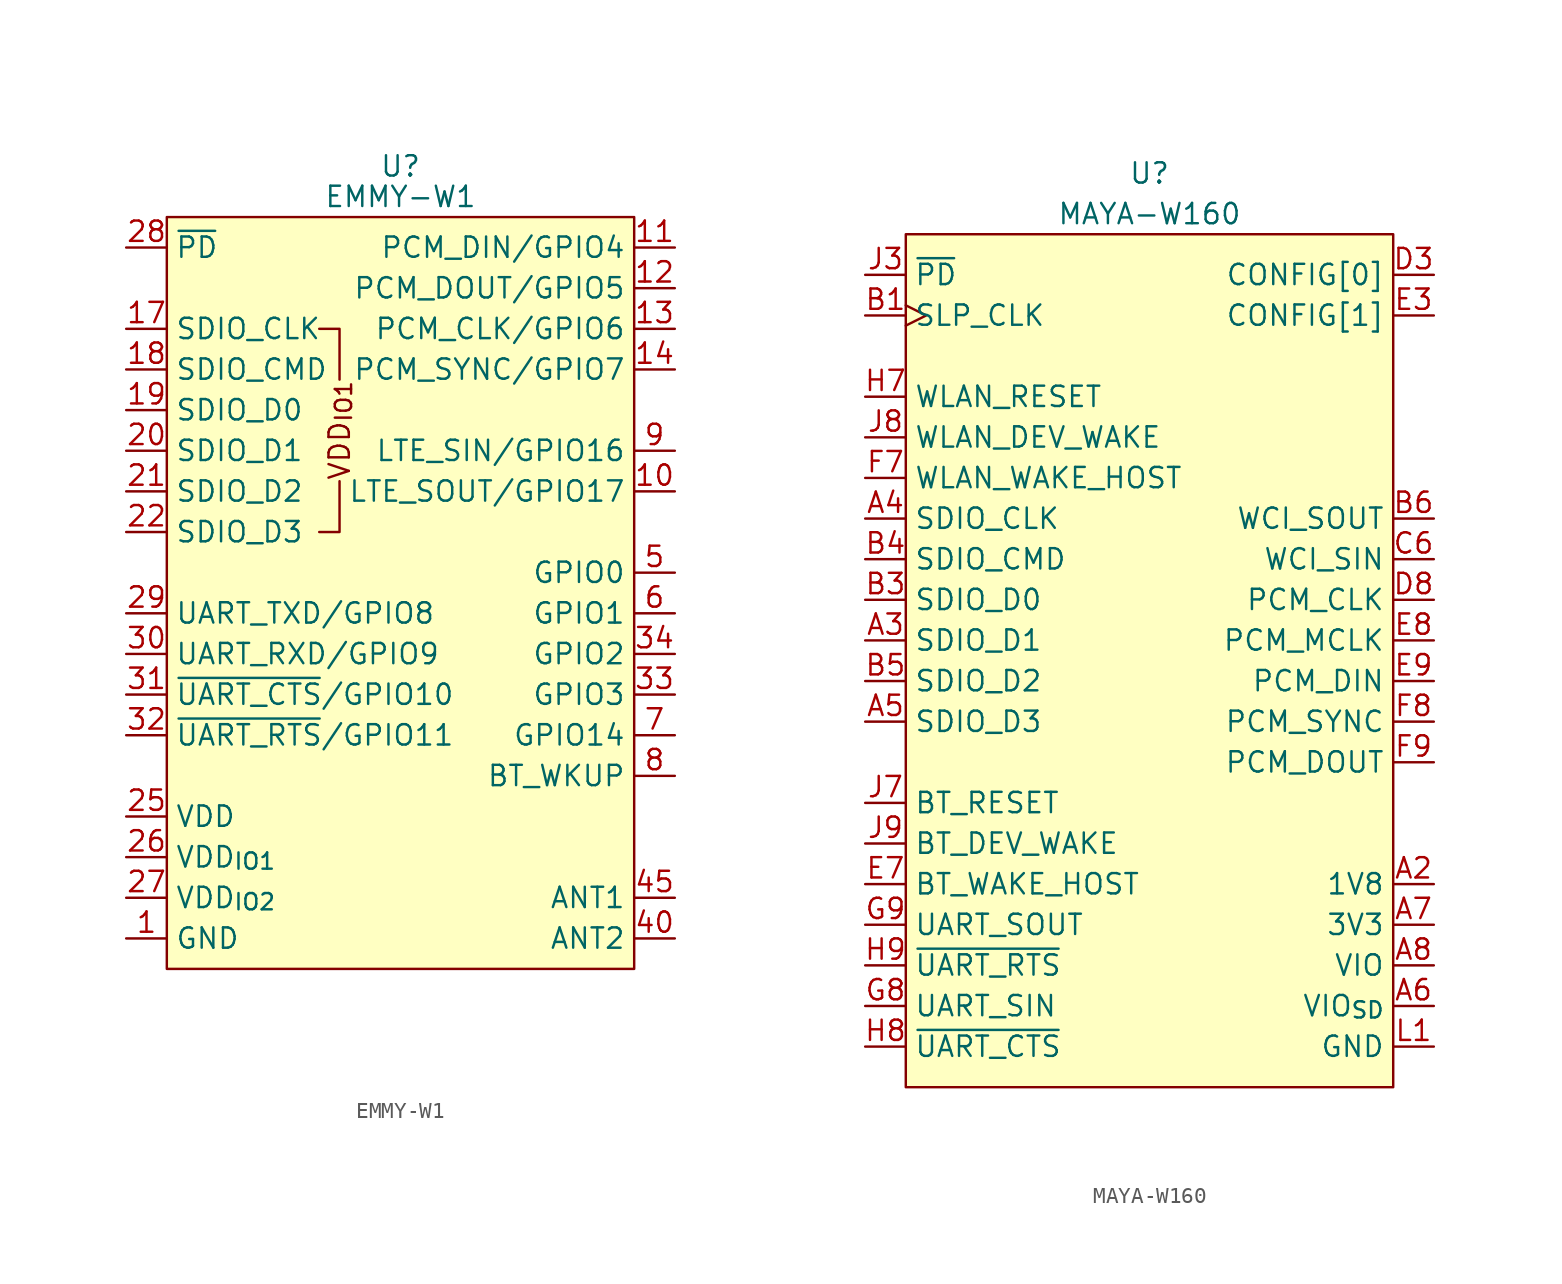
<source format=kicad_sym>
(kicad_symbol_lib
  (version 20220914)
  (generator kicad_symbol_editor)
  (symbol "EMMY-W1"
    (property "Reference" "U"
      (at 0 3.175 0)
      (effects (font (size 1.27 1.27))))
    (property "Value" "EMMY-W1"
      (at 0 1.27 0)
      (effects (font (size 1.27 1.27))))
    (symbol "EMMY-W1_0_0"
      (polyline (pts (xy -3.81 -16.51) (xy -3.81 -19.685) (xy -5.08 -19.685)) (stroke (width 0) (type default)) (fill (type none)))
      (polyline (pts (xy -3.81 -10.16) (xy -3.81 -6.985) (xy -5.08 -6.985)) (stroke (width 0) (type default)) (fill (type none)))
      (text "VDD_{IO1}" (at -3.81 -13.335 900) (effects (font (size 1.27 1.27)))))
    (symbol "EMMY-W1_0_1"
      (rectangle (start -14.605 0) (end 14.605 -46.99) (stroke (width 0) (type default)) (fill (type background))))
    (symbol "EMMY-W1_1_1"
      (pin passive line (at -17.145 -45.085 0) (length 2.54) (name "GND" (effects (font (size 1.27 1.27)))) (number "1" (effects (font (size 1.27 1.27)))))
      (pin bidirectional line (at 17.145 -17.145 180) (length 2.54) (name "LTE_SOUT/GPIO17" (effects (font (size 1.27 1.27)))) (number "10" (effects (font (size 1.27 1.27)))))
      (pin bidirectional line (at 17.145 -1.905 180) (length 2.54) (name "PCM_DIN/GPIO4" (effects (font (size 1.27 1.27)))) (number "11" (effects (font (size 1.27 1.27)))))
      (pin bidirectional line (at 17.145 -4.445 180) (length 2.54) (name "PCM_DOUT/GPIO5" (effects (font (size 1.27 1.27)))) (number "12" (effects (font (size 1.27 1.27)))))
      (pin bidirectional line (at 17.145 -6.985 180) (length 2.54) (name "PCM_CLK/GPIO6" (effects (font (size 1.27 1.27)))) (number "13" (effects (font (size 1.27 1.27)))))
      (pin bidirectional line (at 17.145 -9.525 180) (length 2.54) (name "PCM_SYNC/GPIO7" (effects (font (size 1.27 1.27)))) (number "14" (effects (font (size 1.27 1.27)))))
      (pin passive line (at -17.145 -45.085 0) (length 2.54) hide (name "GND" (effects (font (size 1.27 1.27)))) (number "15" (effects (font (size 1.27 1.27)))))
      (pin passive line (at -17.145 -45.085 0) (length 2.54) hide (name "GND" (effects (font (size 1.27 1.27)))) (number "16" (effects (font (size 1.27 1.27)))))
      (pin input line (at -17.145 -6.985 0) (length 2.54) (name "SDIO_CLK" (effects (font (size 1.27 1.27)))) (number "17" (effects (font (size 1.27 1.27)))))
      (pin bidirectional line (at -17.145 -9.525 0) (length 2.54) (name "SDIO_CMD" (effects (font (size 1.27 1.27)))) (number "18" (effects (font (size 1.27 1.27)))))
      (pin bidirectional line (at -17.145 -12.065 0) (length 2.54) (name "SDIO_D0" (effects (font (size 1.27 1.27)))) (number "19" (effects (font (size 1.27 1.27)))))
      (pin no_connect line (at -5.08 -49.53 90) (length 2.54) hide (name "" (effects (font (size 1.27 1.27)))) (number "2" (effects (font (size 1.27 1.27)))))
      (pin bidirectional line (at -17.145 -14.605 0) (length 2.54) (name "SDIO_D1" (effects (font (size 1.27 1.27)))) (number "20" (effects (font (size 1.27 1.27)))))
      (pin bidirectional line (at -17.145 -17.145 0) (length 2.54) (name "SDIO_D2" (effects (font (size 1.27 1.27)))) (number "21" (effects (font (size 1.27 1.27)))))
      (pin bidirectional line (at -17.145 -19.685 0) (length 2.54) (name "SDIO_D3" (effects (font (size 1.27 1.27)))) (number "22" (effects (font (size 1.27 1.27)))))
      (pin passive line (at -17.145 -45.085 0) (length 2.54) hide (name "GND" (effects (font (size 1.27 1.27)))) (number "23" (effects (font (size 1.27 1.27)))))
      (pin passive line (at -17.145 -45.085 0) (length 2.54) hide (name "GND" (effects (font (size 1.27 1.27)))) (number "24" (effects (font (size 1.27 1.27)))))
      (pin power_in line (at -17.145 -37.465 0) (length 2.54) (name "VDD" (effects (font (size 1.27 1.27)))) (number "25" (effects (font (size 1.27 1.27)))))
      (pin power_in line (at -17.145 -40.005 0) (length 2.54) (name "VDD_{IO1}" (effects (font (size 1.27 1.27)))) (number "26" (effects (font (size 1.27 1.27)))))
      (pin power_in line (at -17.145 -42.545 0) (length 2.54) (name "VDD_{IO2}" (effects (font (size 1.27 1.27)))) (number "27" (effects (font (size 1.27 1.27)))))
      (pin input line (at -17.145 -1.905 0) (length 2.54) (name "~{PD}" (effects (font (size 1.27 1.27)))) (number "28" (effects (font (size 1.27 1.27)))))
      (pin output line (at -17.145 -24.765 0) (length 2.54) (name "UART_TXD/GPIO8" (effects (font (size 1.27 1.27)))) (number "29" (effects (font (size 1.27 1.27)))))
      (pin no_connect line (at -2.54 -49.53 90) (length 2.54) hide (name "" (effects (font (size 1.27 1.27)))) (number "3" (effects (font (size 1.27 1.27)))))
      (pin output line (at -17.145 -27.305 0) (length 2.54) (name "UART_RXD/GPIO9" (effects (font (size 1.27 1.27)))) (number "30" (effects (font (size 1.27 1.27)))))
      (pin input line (at -17.145 -29.845 0) (length 2.54) (name "~{UART_CTS}/GPIO10" (effects (font (size 1.27 1.27)))) (number "31" (effects (font (size 1.27 1.27)))))
      (pin output line (at -17.145 -32.385 0) (length 2.54) (name "~{UART_RTS}/GPIO11" (effects (font (size 1.27 1.27)))) (number "32" (effects (font (size 1.27 1.27)))))
      (pin bidirectional line (at 17.145 -29.845 180) (length 2.54) (name "GPIO3" (effects (font (size 1.27 1.27)))) (number "33" (effects (font (size 1.27 1.27)))))
      (pin bidirectional line (at 17.145 -27.305 180) (length 2.54) (name "GPIO2" (effects (font (size 1.27 1.27)))) (number "34" (effects (font (size 1.27 1.27)))))
      (pin passive line (at -17.145 -45.085 0) (length 2.54) hide (name "GND" (effects (font (size 1.27 1.27)))) (number "35" (effects (font (size 1.27 1.27)))))
      (pin no_connect line (at 2.54 -49.53 90) (length 2.54) hide (name "" (effects (font (size 1.27 1.27)))) (number "36" (effects (font (size 1.27 1.27)))))
      (pin no_connect line (at 5.08 -49.53 90) (length 2.54) hide (name "" (effects (font (size 1.27 1.27)))) (number "37" (effects (font (size 1.27 1.27)))))
      (pin passive line (at -17.145 -45.085 0) (length 2.54) hide (name "GND" (effects (font (size 1.27 1.27)))) (number "38" (effects (font (size 1.27 1.27)))))
      (pin passive line (at -17.145 -45.085 0) (length 2.54) hide (name "GND" (effects (font (size 1.27 1.27)))) (number "39" (effects (font (size 1.27 1.27)))))
      (pin no_connect line (at 0 -49.53 90) (length 2.54) hide (name "" (effects (font (size 1.27 1.27)))) (number "4" (effects (font (size 1.27 1.27)))))
      (pin passive line (at 17.145 -45.085 180) (length 2.54) (name "ANT2" (effects (font (size 1.27 1.27)))) (number "40" (effects (font (size 1.27 1.27)))))
      (pin passive line (at -17.145 -45.085 0) (length 2.54) hide (name "GND" (effects (font (size 1.27 1.27)))) (number "41" (effects (font (size 1.27 1.27)))))
      (pin passive line (at -17.145 -45.085 0) (length 2.54) hide (name "GND" (effects (font (size 1.27 1.27)))) (number "42" (effects (font (size 1.27 1.27)))))
      (pin passive line (at -17.145 -45.085 0) (length 2.54) hide (name "GND" (effects (font (size 1.27 1.27)))) (number "43" (effects (font (size 1.27 1.27)))))
      (pin passive line (at -17.145 -45.085 0) (length 2.54) hide (name "GND" (effects (font (size 1.27 1.27)))) (number "44" (effects (font (size 1.27 1.27)))))
      (pin passive line (at 17.145 -42.545 180) (length 2.54) (name "ANT1" (effects (font (size 1.27 1.27)))) (number "45" (effects (font (size 1.27 1.27)))))
      (pin passive line (at -17.145 -45.085 0) (length 2.54) hide (name "GND" (effects (font (size 1.27 1.27)))) (number "46" (effects (font (size 1.27 1.27)))))
      (pin bidirectional line (at 17.145 -22.225 180) (length 2.54) (name "GPIO0" (effects (font (size 1.27 1.27)))) (number "5" (effects (font (size 1.27 1.27)))))
      (pin bidirectional line (at 17.145 -24.765 180) (length 2.54) (name "GPIO1" (effects (font (size 1.27 1.27)))) (number "6" (effects (font (size 1.27 1.27)))))
      (pin bidirectional line (at 17.145 -32.385 180) (length 2.54) (name "GPIO14" (effects (font (size 1.27 1.27)))) (number "7" (effects (font (size 1.27 1.27)))))
      (pin bidirectional line (at 17.145 -34.925 180) (length 2.54) (name "BT_WKUP" (effects (font (size 1.27 1.27)))) (number "8" (effects (font (size 1.27 1.27)))))
      (pin bidirectional line (at 17.145 -14.605 180) (length 2.54) (name "LTE_SIN/GPIO16" (effects (font (size 1.27 1.27)))) (number "9" (effects (font (size 1.27 1.27)))))
      (pin passive line (at -17.145 -45.085 0) (length 2.54) hide (name "GND" (effects (font (size 1.27 1.27)))) (number "EP" (effects (font (size 1.27 1.27)))))))
  (symbol "MAYA-W160"
    (property "Reference" "U"
      (at 0 3.81 0)
      (effects (font (size 1.27 1.27))))
    (property "Value" "MAYA-W160"
      (at 0 1.27 0)
      (effects (font (size 1.27 1.27))))
    (symbol "MAYA-W160_1_1"
      (rectangle (start -15.24 0) (end 15.24 -53.34) (stroke (width 0) (type default)) (fill (type background)))
      (pin power_in line (at 17.78 -50.8 180) (length 2.54) hide (name "GND" (effects (font (size 1.27 1.27)))) (number "A1" (effects (font (size 1.27 1.27)))))
      (pin power_in line (at 17.78 -40.64 180) (length 2.54) (name "1V8" (effects (font (size 1.27 1.27)))) (number "A2" (effects (font (size 1.27 1.27)))))
      (pin bidirectional line (at -17.78 -25.4 0) (length 2.54) (name "SDIO_D1" (effects (font (size 1.27 1.27)))) (number "A3" (effects (font (size 1.27 1.27)))))
      (pin input line (at -17.78 -17.78 0) (length 2.54) (name "SDIO_CLK" (effects (font (size 1.27 1.27)))) (number "A4" (effects (font (size 1.27 1.27)))))
      (pin bidirectional line (at -17.78 -30.48 0) (length 2.54) (name "SDIO_D3" (effects (font (size 1.27 1.27)))) (number "A5" (effects (font (size 1.27 1.27)))))
      (pin power_in line (at 17.78 -48.26 180) (length 2.54) (name "VIO_{SD}" (effects (font (size 1.27 1.27)))) (number "A6" (effects (font (size 1.27 1.27)))))
      (pin power_in line (at 17.78 -43.18 180) (length 2.54) (name "3V3" (effects (font (size 1.27 1.27)))) (number "A7" (effects (font (size 1.27 1.27)))))
      (pin power_in line (at 17.78 -45.72 180) (length 2.54) (name "VIO" (effects (font (size 1.27 1.27)))) (number "A8" (effects (font (size 1.27 1.27)))))
      (pin power_in line (at 17.78 -50.8 180) (length 2.54) hide (name "GND" (effects (font (size 1.27 1.27)))) (number "A9" (effects (font (size 1.27 1.27)))))
      (pin input clock (at -17.78 -5.08 0) (length 2.54) (name "SLP_CLK" (effects (font (size 1.27 1.27)))) (number "B1" (effects (font (size 1.27 1.27)))))
      (pin power_in line (at 17.78 -50.8 180) (length 2.54) hide (name "GND" (effects (font (size 1.27 1.27)))) (number "B2" (effects (font (size 1.27 1.27)))))
      (pin bidirectional line (at -17.78 -22.86 0) (length 2.54) (name "SDIO_D0" (effects (font (size 1.27 1.27)))) (number "B3" (effects (font (size 1.27 1.27)))))
      (pin bidirectional line (at -17.78 -20.32 0) (length 2.54) (name "SDIO_CMD" (effects (font (size 1.27 1.27)))) (number "B4" (effects (font (size 1.27 1.27)))))
      (pin bidirectional line (at -17.78 -27.94 0) (length 2.54) (name "SDIO_D2" (effects (font (size 1.27 1.27)))) (number "B5" (effects (font (size 1.27 1.27)))))
      (pin output line (at 17.78 -17.78 180) (length 2.54) (name "WCI_SOUT" (effects (font (size 1.27 1.27)))) (number "B6" (effects (font (size 1.27 1.27)))))
      (pin power_in line (at 17.78 -43.18 180) (length 2.54) hide (name "3V3" (effects (font (size 1.27 1.27)))) (number "B7" (effects (font (size 1.27 1.27)))))
      (pin power_in line (at 17.78 -50.8 180) (length 2.54) hide (name "GND" (effects (font (size 1.27 1.27)))) (number "B8" (effects (font (size 1.27 1.27)))))
      (pin no_connect line (at 17.78 -36.83 180) (length 2.54) hide (name "" (effects (font (size 1.27 1.27)))) (number "B9" (effects (font (size 1.27 1.27)))))
      (pin no_connect line (at 17.78 -36.83 180) (length 2.54) hide (name "" (effects (font (size 1.27 1.27)))) (number "C1" (effects (font (size 1.27 1.27)))))
      (pin no_connect line (at 17.78 -36.83 180) (length 2.54) hide (name "" (effects (font (size 1.27 1.27)))) (number "C2" (effects (font (size 1.27 1.27)))))
      (pin no_connect line (at 17.78 -36.83 180) (length 2.54) hide (name "" (effects (font (size 1.27 1.27)))) (number "C4" (effects (font (size 1.27 1.27)))))
      (pin no_connect line (at 17.78 -36.83 180) (length 2.54) hide (name "" (effects (font (size 1.27 1.27)))) (number "C5" (effects (font (size 1.27 1.27)))))
      (pin input line (at 17.78 -20.32 180) (length 2.54) (name "WCI_SIN" (effects (font (size 1.27 1.27)))) (number "C6" (effects (font (size 1.27 1.27)))))
      (pin no_connect line (at 17.78 -36.83 180) (length 2.54) hide (name "" (effects (font (size 1.27 1.27)))) (number "C8" (effects (font (size 1.27 1.27)))))
      (pin no_connect line (at 17.78 -36.83 180) (length 2.54) hide (name "" (effects (font (size 1.27 1.27)))) (number "C9" (effects (font (size 1.27 1.27)))))
      (pin no_connect line (at 17.78 -36.83 180) (length 2.54) hide (name "" (effects (font (size 1.27 1.27)))) (number "D1" (effects (font (size 1.27 1.27)))))
      (pin no_connect line (at 17.78 -36.83 180) (length 2.54) hide (name "" (effects (font (size 1.27 1.27)))) (number "D2" (effects (font (size 1.27 1.27)))))
      (pin bidirectional line (at 17.78 -2.54 180) (length 2.54) (name "CONFIG[0]" (effects (font (size 1.27 1.27)))) (number "D3" (effects (font (size 1.27 1.27)))))
      (pin no_connect line (at 17.78 -36.83 180) (length 2.54) hide (name "" (effects (font (size 1.27 1.27)))) (number "D7" (effects (font (size 1.27 1.27)))))
      (pin bidirectional line (at 17.78 -22.86 180) (length 2.54) (name "PCM_CLK" (effects (font (size 1.27 1.27)))) (number "D8" (effects (font (size 1.27 1.27)))))
      (pin no_connect line (at 17.78 -36.83 180) (length 2.54) hide (name "" (effects (font (size 1.27 1.27)))) (number "D9" (effects (font (size 1.27 1.27)))))
      (pin no_connect line (at 17.78 -36.83 180) (length 2.54) hide (name "" (effects (font (size 1.27 1.27)))) (number "E1" (effects (font (size 1.27 1.27)))))
      (pin no_connect line (at 17.78 -36.83 180) (length 2.54) hide (name "" (effects (font (size 1.27 1.27)))) (number "E2" (effects (font (size 1.27 1.27)))))
      (pin bidirectional line (at 17.78 -5.08 180) (length 2.54) (name "CONFIG[1]" (effects (font (size 1.27 1.27)))) (number "E3" (effects (font (size 1.27 1.27)))))
      (pin power_in line (at 17.78 -50.8 180) (length 2.54) hide (name "GND" (effects (font (size 1.27 1.27)))) (number "E4" (effects (font (size 1.27 1.27)))))
      (pin power_in line (at 17.78 -50.8 180) (length 2.54) hide (name "GND" (effects (font (size 1.27 1.27)))) (number "E5" (effects (font (size 1.27 1.27)))))
      (pin output line (at -17.78 -40.64 0) (length 2.54) (name "BT_WAKE_HOST" (effects (font (size 1.27 1.27)))) (number "E7" (effects (font (size 1.27 1.27)))))
      (pin bidirectional line (at 17.78 -25.4 180) (length 2.54) (name "PCM_MCLK" (effects (font (size 1.27 1.27)))) (number "E8" (effects (font (size 1.27 1.27)))))
      (pin bidirectional line (at 17.78 -27.94 180) (length 2.54) (name "PCM_DIN" (effects (font (size 1.27 1.27)))) (number "E9" (effects (font (size 1.27 1.27)))))
      (pin no_connect line (at 17.78 -36.83 180) (length 2.54) hide (name "" (effects (font (size 1.27 1.27)))) (number "F1" (effects (font (size 1.27 1.27)))))
      (pin no_connect line (at 17.78 -36.83 180) (length 2.54) hide (name "" (effects (font (size 1.27 1.27)))) (number "F2" (effects (font (size 1.27 1.27)))))
      (pin no_connect line (at 17.78 -15.24 180) (length 2.54) hide (name "RF_CNTL3_P" (effects (font (size 1.27 1.27)))) (number "F3" (effects (font (size 1.27 1.27)))))
      (pin power_in line (at 17.78 -50.8 180) (length 2.54) hide (name "GND" (effects (font (size 1.27 1.27)))) (number "F4" (effects (font (size 1.27 1.27)))))
      (pin power_in line (at 17.78 -50.8 180) (length 2.54) hide (name "GND" (effects (font (size 1.27 1.27)))) (number "F5" (effects (font (size 1.27 1.27)))))
      (pin output line (at -17.78 -15.24 0) (length 2.54) (name "WLAN_WAKE_HOST" (effects (font (size 1.27 1.27)))) (number "F7" (effects (font (size 1.27 1.27)))))
      (pin bidirectional line (at 17.78 -30.48 180) (length 2.54) (name "PCM_SYNC" (effects (font (size 1.27 1.27)))) (number "F8" (effects (font (size 1.27 1.27)))))
      (pin bidirectional line (at 17.78 -33.02 180) (length 2.54) (name "PCM_DOUT" (effects (font (size 1.27 1.27)))) (number "F9" (effects (font (size 1.27 1.27)))))
      (pin no_connect line (at 17.78 -36.83 180) (length 2.54) hide (name "" (effects (font (size 1.27 1.27)))) (number "G1" (effects (font (size 1.27 1.27)))))
      (pin no_connect line (at 17.78 -36.83 180) (length 2.54) hide (name "" (effects (font (size 1.27 1.27)))) (number "G2" (effects (font (size 1.27 1.27)))))
      (pin no_connect line (at 17.78 -36.83 180) (length 2.54) hide (name "" (effects (font (size 1.27 1.27)))) (number "G3" (effects (font (size 1.27 1.27)))))
      (pin no_connect line (at 17.78 -36.83 180) (length 2.54) hide (name "" (effects (font (size 1.27 1.27)))) (number "G4" (effects (font (size 1.27 1.27)))))
      (pin no_connect line (at 17.78 -36.83 180) (length 2.54) hide (name "" (effects (font (size 1.27 1.27)))) (number "G5" (effects (font (size 1.27 1.27)))))
      (pin input line (at -17.78 -48.26 0) (length 2.54) (name "UART_SIN" (effects (font (size 1.27 1.27)))) (number "G8" (effects (font (size 1.27 1.27)))))
      (pin output line (at -17.78 -43.18 0) (length 2.54) (name "UART_SOUT" (effects (font (size 1.27 1.27)))) (number "G9" (effects (font (size 1.27 1.27)))))
      (pin no_connect line (at 17.78 -36.83 180) (length 2.54) hide (name "" (effects (font (size 1.27 1.27)))) (number "H1" (effects (font (size 1.27 1.27)))))
      (pin no_connect line (at 17.78 -36.83 180) (length 2.54) hide (name "" (effects (font (size 1.27 1.27)))) (number "H2" (effects (font (size 1.27 1.27)))))
      (pin no_connect line (at 17.78 -36.83 180) (length 2.54) hide (name "" (effects (font (size 1.27 1.27)))) (number "H3" (effects (font (size 1.27 1.27)))))
      (pin power_in line (at 17.78 -50.8 180) (length 2.54) hide (name "GND" (effects (font (size 1.27 1.27)))) (number "H4" (effects (font (size 1.27 1.27)))))
      (pin power_in line (at 17.78 -50.8 180) (length 2.54) hide (name "GND" (effects (font (size 1.27 1.27)))) (number "H5" (effects (font (size 1.27 1.27)))))
      (pin input line (at -17.78 -10.16 0) (length 2.54) (name "WLAN_RESET" (effects (font (size 1.27 1.27)))) (number "H7" (effects (font (size 1.27 1.27)))))
      (pin input line (at -17.78 -50.8 0) (length 2.54) (name "~{UART_CTS}" (effects (font (size 1.27 1.27)))) (number "H8" (effects (font (size 1.27 1.27)))))
      (pin output line (at -17.78 -45.72 0) (length 2.54) (name "~{UART_RTS}" (effects (font (size 1.27 1.27)))) (number "H9" (effects (font (size 1.27 1.27)))))
      (pin no_connect line (at 17.78 -36.83 180) (length 2.54) hide (name "" (effects (font (size 1.27 1.27)))) (number "J1" (effects (font (size 1.27 1.27)))))
      (pin no_connect line (at 17.78 -36.83 180) (length 2.54) hide (name "" (effects (font (size 1.27 1.27)))) (number "J2" (effects (font (size 1.27 1.27)))))
      (pin input line (at -17.78 -2.54 0) (length 2.54) (name "~{PD}" (effects (font (size 1.27 1.27)))) (number "J3" (effects (font (size 1.27 1.27)))))
      (pin no_connect line (at 17.78 -36.83 180) (length 2.54) hide (name "" (effects (font (size 1.27 1.27)))) (number "J4" (effects (font (size 1.27 1.27)))))
      (pin no_connect line (at 17.78 -36.83 180) (length 2.54) hide (name "" (effects (font (size 1.27 1.27)))) (number "J5" (effects (font (size 1.27 1.27)))))
      (pin input line (at -17.78 -35.56 0) (length 2.54) (name "BT_RESET" (effects (font (size 1.27 1.27)))) (number "J7" (effects (font (size 1.27 1.27)))))
      (pin input line (at -17.78 -12.7 0) (length 2.54) (name "WLAN_DEV_WAKE" (effects (font (size 1.27 1.27)))) (number "J8" (effects (font (size 1.27 1.27)))))
      (pin input line (at -17.78 -38.1 0) (length 2.54) (name "BT_DEV_WAKE" (effects (font (size 1.27 1.27)))) (number "J9" (effects (font (size 1.27 1.27)))))
      (pin no_connect line (at 17.78 -10.16 180) (length 2.54) hide (name "RF_ANT0" (effects (font (size 1.27 1.27)))) (number "K1" (effects (font (size 1.27 1.27)))))
      (pin power_in line (at 17.78 -50.8 180) (length 2.54) hide (name "GND" (effects (font (size 1.27 1.27)))) (number "K2" (effects (font (size 1.27 1.27)))))
      (pin power_in line (at 17.78 -50.8 180) (length 2.54) hide (name "GND" (effects (font (size 1.27 1.27)))) (number "K3" (effects (font (size 1.27 1.27)))))
      (pin power_in line (at 17.78 -50.8 180) (length 2.54) hide (name "GND" (effects (font (size 1.27 1.27)))) (number "K4" (effects (font (size 1.27 1.27)))))
      (pin no_connect line (at 17.78 -36.83 180) (length 2.54) hide (name "" (effects (font (size 1.27 1.27)))) (number "K5" (effects (font (size 1.27 1.27)))))
      (pin power_in line (at 17.78 -50.8 180) (length 2.54) hide (name "GND" (effects (font (size 1.27 1.27)))) (number "K6" (effects (font (size 1.27 1.27)))))
      (pin power_in line (at 17.78 -50.8 180) (length 2.54) hide (name "GND" (effects (font (size 1.27 1.27)))) (number "K7" (effects (font (size 1.27 1.27)))))
      (pin power_in line (at 17.78 -50.8 180) (length 2.54) hide (name "GND" (effects (font (size 1.27 1.27)))) (number "K8" (effects (font (size 1.27 1.27)))))
      (pin no_connect line (at 17.78 -12.7 180) (length 2.54) hide (name "RF_ANT1" (effects (font (size 1.27 1.27)))) (number "K9" (effects (font (size 1.27 1.27)))))
      (pin power_in line (at 17.78 -50.8 180) (length 2.54) (name "GND" (effects (font (size 1.27 1.27)))) (number "L1" (effects (font (size 1.27 1.27)))))
      (pin power_in line (at 17.78 -50.8 180) (length 2.54) hide (name "GND" (effects (font (size 1.27 1.27)))) (number "L9" (effects (font (size 1.27 1.27)))))
      (pin power_in line (at 17.78 -50.8 180) (length 2.54) hide (name "GND" (effects (font (size 1.27 1.27)))) (number "M1" (effects (font (size 1.27 1.27)))))
      (pin power_in line (at 17.78 -50.8 180) (length 2.54) hide (name "GND" (effects (font (size 1.27 1.27)))) (number "M2" (effects (font (size 1.27 1.27)))))
      (pin power_in line (at 17.78 -50.8 180) (length 2.54) hide (name "GND" (effects (font (size 1.27 1.27)))) (number "M8" (effects (font (size 1.27 1.27)))))
      (pin power_in line (at 17.78 -50.8 180) (length 2.54) hide (name "GND" (effects (font (size 1.27 1.27)))) (number "M9" (effects (font (size 1.27 1.27))))))))
</source>
